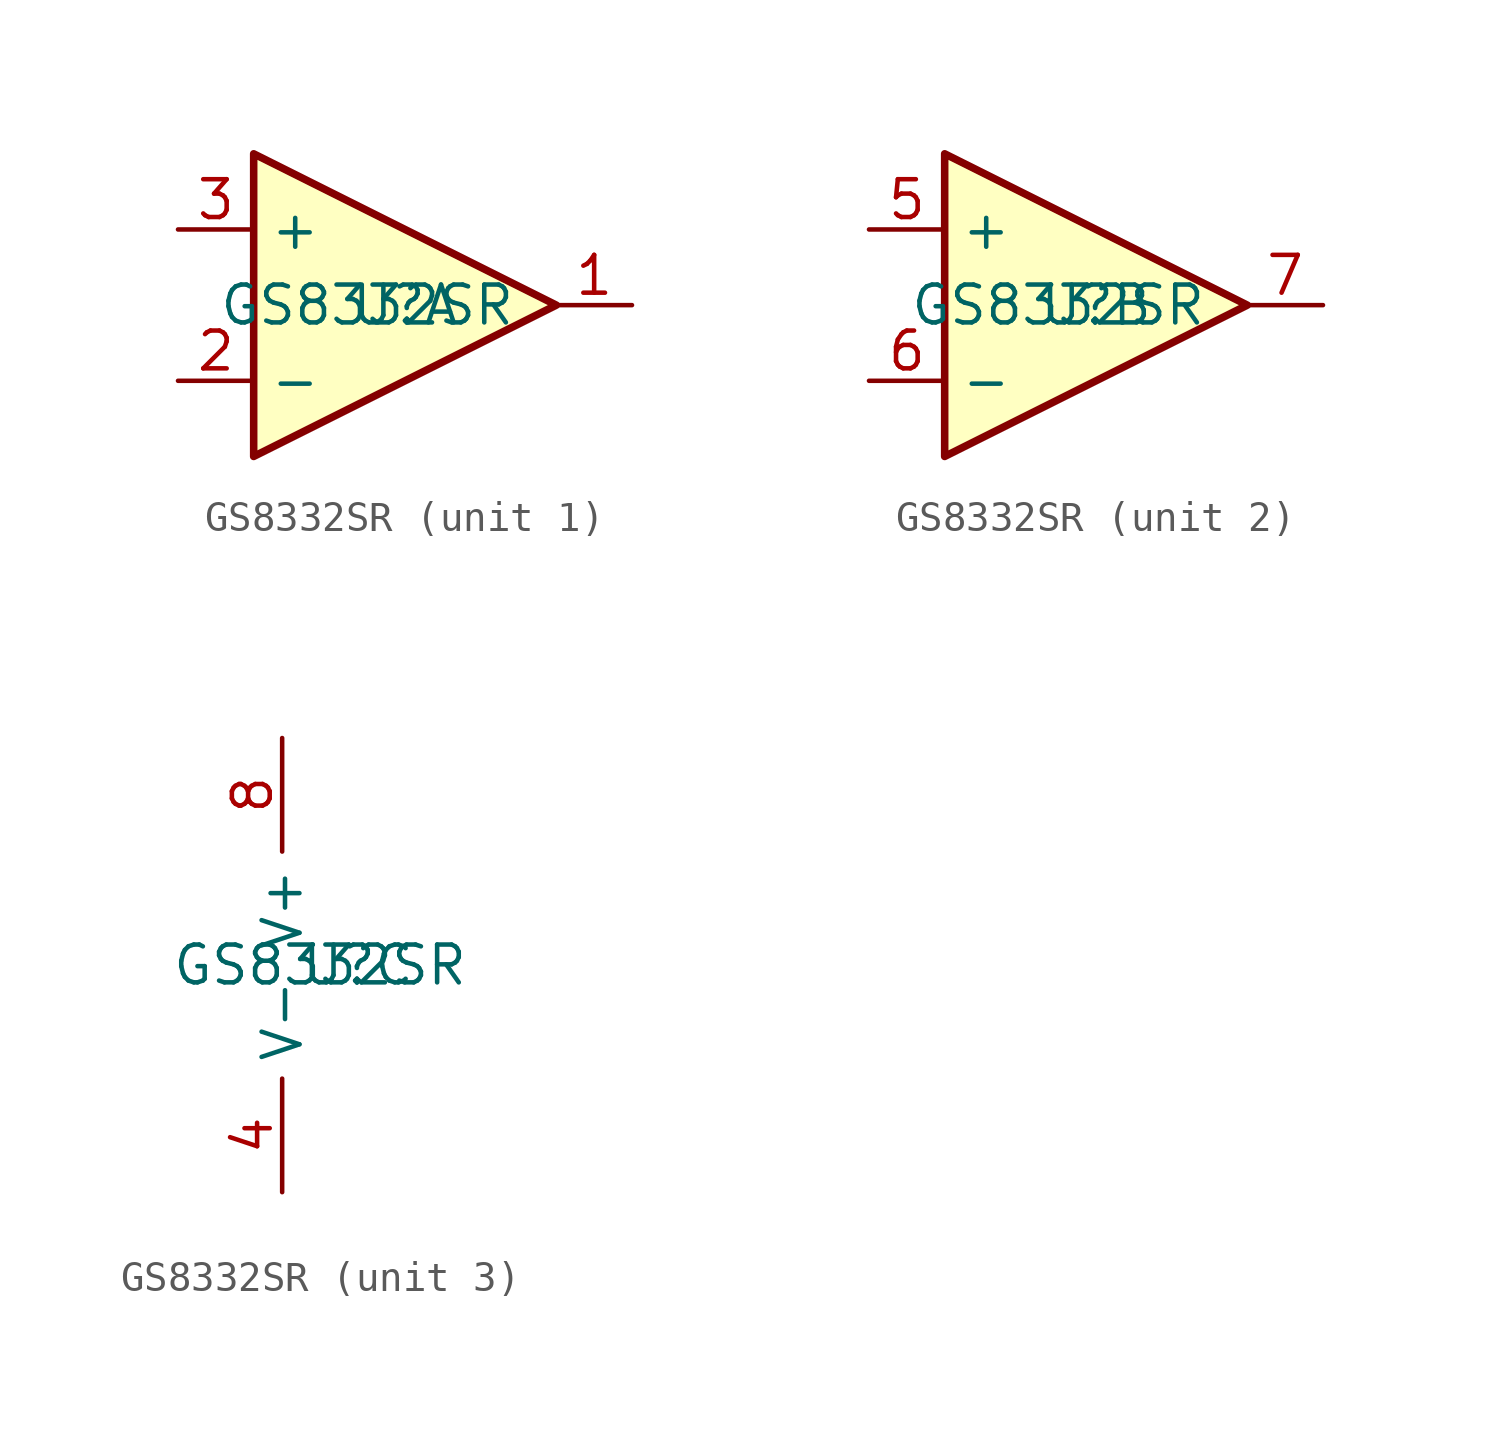
<source format=kicad_sym>
(kicad_symbol_lib
  (version 20231120)
  (generator "kicad_symbol_editor")
  (generator_version "8.0")
  (symbol "GS8332SR"
    (property "Reference" "U"
      (at 0 0 0)
      (effects (font (size 1.27 1.27))))
    (property "Value" "GS8332SR"
      (at -1.27 0 0)
      (effects (font (size 1.27 1.27))))
    (property "ki_locked" ""
      (at 0 0 0)
      (effects (font (size 1.27 1.27))))
    (symbol "GS8332SR_1_1"
      (polyline (pts (xy -5.08 5.08) (xy 5.08 0) (xy -5.08 -5.08) (xy -5.08 5.08)) (stroke (width 0.254) (type default)) (fill (type background)))
      (pin output line (at 7.62 0 180) (length 2.54) (name "~" (effects (font (size 1.27 1.27)))) (number "1" (effects (font (size 1.27 1.27)))))
      (pin input line (at -7.62 -2.54 0) (length 2.54) (name "-" (effects (font (size 1.27 1.27)))) (number "2" (effects (font (size 1.27 1.27)))))
      (pin input line (at -7.62 2.54 0) (length 2.54) (name "+" (effects (font (size 1.27 1.27)))) (number "3" (effects (font (size 1.27 1.27))))))
    (symbol "GS8332SR_2_1"
      (polyline (pts (xy -5.08 5.08) (xy 5.08 0) (xy -5.08 -5.08) (xy -5.08 5.08)) (stroke (width 0.254) (type default)) (fill (type background)))
      (pin input line (at -7.62 2.54 0) (length 2.54) (name "+" (effects (font (size 1.27 1.27)))) (number "5" (effects (font (size 1.27 1.27)))))
      (pin input line (at -7.62 -2.54 0) (length 2.54) (name "-" (effects (font (size 1.27 1.27)))) (number "6" (effects (font (size 1.27 1.27)))))
      (pin output line (at 7.62 0 180) (length 2.54) (name "~" (effects (font (size 1.27 1.27)))) (number "7" (effects (font (size 1.27 1.27))))))
    (symbol "GS8332SR_3_1"
      (pin power_in line (at -2.54 -7.62 90) (length 3.81) (name "V-" (effects (font (size 1.27 1.27)))) (number "4" (effects (font (size 1.27 1.27)))))
      (pin power_in line (at -2.54 7.62 270) (length 3.81) (name "V+" (effects (font (size 1.27 1.27)))) (number "8" (effects (font (size 1.27 1.27))))))))
</source>
